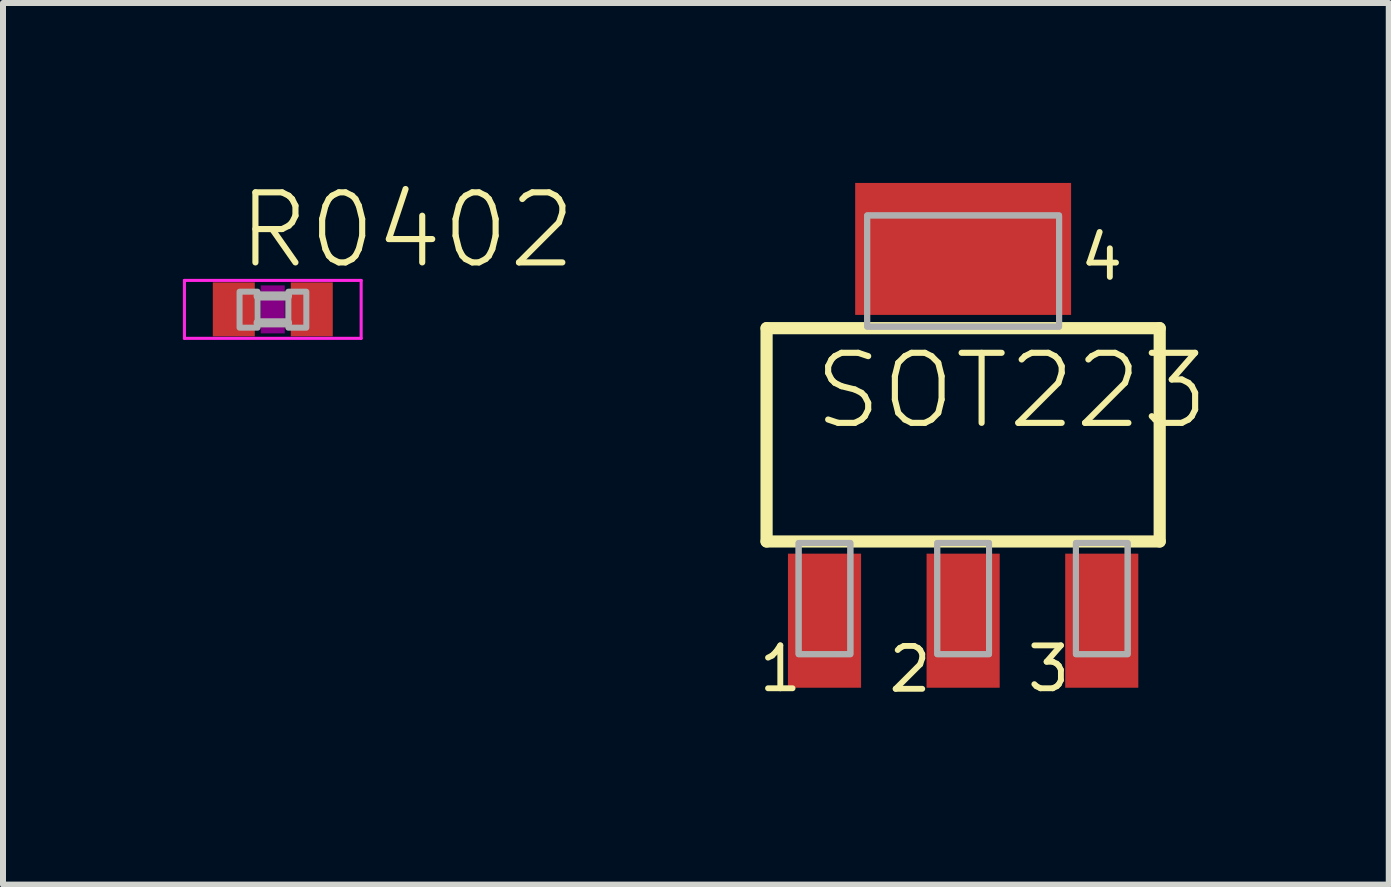
<source format=kicad_pcb>
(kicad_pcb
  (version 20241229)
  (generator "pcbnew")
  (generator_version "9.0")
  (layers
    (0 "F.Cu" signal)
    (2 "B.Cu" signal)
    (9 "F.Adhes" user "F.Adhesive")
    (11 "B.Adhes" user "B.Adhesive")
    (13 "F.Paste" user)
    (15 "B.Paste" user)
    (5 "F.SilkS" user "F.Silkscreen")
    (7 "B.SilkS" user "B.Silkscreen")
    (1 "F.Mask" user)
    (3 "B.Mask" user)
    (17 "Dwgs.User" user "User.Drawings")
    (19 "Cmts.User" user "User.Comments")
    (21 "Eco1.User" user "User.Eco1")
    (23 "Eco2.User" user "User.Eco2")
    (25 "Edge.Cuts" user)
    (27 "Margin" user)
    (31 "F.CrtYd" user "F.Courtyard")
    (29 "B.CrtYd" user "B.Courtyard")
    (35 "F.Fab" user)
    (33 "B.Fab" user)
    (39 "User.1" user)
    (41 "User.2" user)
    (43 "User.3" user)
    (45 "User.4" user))
  (footprint "R0402"
    (layer "F.Cu")
    (at 1.498 2.108)
    (property "Reference" "R0402" (at -0.635 -0.635 0) (layer "F.SilkS") (effects (font (size 1.168 1.168) (thickness 0.102)) (justify left bottom)))
    (fp_poly (pts (xy -0.2 0.4) (xy 0.2 0.4) (xy 0.2 -0.4) (xy -0.2 -0.4)) (stroke (width 0) (type default)) (fill yes) (layer "F.Adhes"))
    (fp_line (start -1.473 -0.483) (end 1.473 -0.483) (stroke (width 0.051) (type solid)) (layer "F.CrtYd"))
    (fp_line (start -1.473 0.483) (end -1.473 -0.483) (stroke (width 0.051) (type solid)) (layer "F.CrtYd"))
    (fp_line (start 1.473 -0.483) (end 1.473 0.483) (stroke (width 0.051) (type solid)) (layer "F.CrtYd"))
    (fp_line (start 1.473 0.483) (end -1.473 0.483) (stroke (width 0.051) (type solid)) (layer "F.CrtYd"))
    (fp_line (start -0.245 -0.224) (end 0.245 -0.224) (stroke (width 0.152) (type solid)) (layer "F.Fab"))
    (fp_line (start 0.245 0.224) (end -0.245 0.224) (stroke (width 0.152) (type solid)) (layer "F.Fab"))
    (fp_poly (pts (xy -0.554 0.305) (xy -0.254 0.305) (xy -0.254 -0.295) (xy -0.554 -0.295)) (stroke (width 0.1) (type default)) (fill no) (layer "F.Fab"))
    (fp_poly (pts (xy 0.259 0.305) (xy 0.559 0.305) (xy 0.559 -0.295) (xy 0.259 -0.295)) (stroke (width 0.1) (type default)) (fill no) (layer "F.Fab"))
    (pad "1" smd rect (at -0.65 0) (size 0.7 0.9) (layers "F.Cu" "F.Mask" "F.Paste"))
    (pad "2" smd rect (at 0.65 0) (size 0.7 0.9) (layers "F.Cu" "F.Mask" "F.Paste")))
  (footprint "SOT223"
    (layer "F.Cu")
    (at 13.007 4.199)
    (property "Reference" "SOT223" (at -2.54 -0.051 0) (layer "F.SilkS") (effects (font (size 1.168 1.168) (thickness 0.102)) (justify left bottom)))
    (fp_line (start -3.277 -1.778) (end 3.277 -1.778) (stroke (width 0.203) (type solid)) (layer "F.SilkS"))
    (fp_line (start -3.277 1.778) (end -3.277 -1.778) (stroke (width 0.203) (type solid)) (layer "F.SilkS"))
    (fp_line (start 3.277 -1.778) (end 3.277 1.778) (stroke (width 0.203) (type solid)) (layer "F.SilkS"))
    (fp_line (start 3.277 1.778) (end -3.277 1.778) (stroke (width 0.203) (type solid)) (layer "F.SilkS"))
    (fp_poly (pts (xy -2.743 3.658) (xy -1.88 3.658) (xy -1.88 1.803) (xy -2.743 1.803)) (stroke (width 0.1) (type default)) (fill no) (layer "F.Fab"))
    (fp_poly (pts (xy -2.743 3.658) (xy -1.88 3.658) (xy -1.88 1.803) (xy -2.743 1.803)) (stroke (width 0.1) (type default)) (fill no) (layer "F.Fab"))
    (fp_poly (pts (xy -1.6 -1.803) (xy 1.6 -1.803) (xy 1.6 -3.658) (xy -1.6 -3.658)) (stroke (width 0.1) (type default)) (fill no) (layer "F.Fab"))
    (fp_poly (pts (xy -1.6 -1.803) (xy 1.6 -1.803) (xy 1.6 -3.658) (xy -1.6 -3.658)) (stroke (width 0.1) (type default)) (fill no) (layer "F.Fab"))
    (fp_poly (pts (xy -0.432 3.658) (xy 0.432 3.658) (xy 0.432 1.803) (xy -0.432 1.803)) (stroke (width 0.1) (type default)) (fill no) (layer "F.Fab"))
    (fp_poly (pts (xy -0.432 3.658) (xy 0.432 3.658) (xy 0.432 1.803) (xy -0.432 1.803)) (stroke (width 0.1) (type default)) (fill no) (layer "F.Fab"))
    (fp_poly (pts (xy 1.88 3.658) (xy 2.743 3.658) (xy 2.743 1.803) (xy 1.88 1.803)) (stroke (width 0.1) (type default)) (fill no) (layer "F.Fab"))
    (fp_poly (pts (xy 1.88 3.658) (xy 2.743 3.658) (xy 2.743 1.803) (xy 1.88 1.803)) (stroke (width 0.1) (type default)) (fill no) (layer "F.Fab"))
    (fp_text user "2" (at -1.291 4.327 0) (layer "F.SilkS") (effects (font (size 0.715 0.715) (thickness 0.098)) (justify left bottom)))
    (fp_text user "1" (at -3.453 4.318 0) (layer "F.SilkS") (effects (font (size 0.715 0.715) (thickness 0.098)) (justify left bottom)))
    (fp_text user "3" (at 1.021 4.318 0) (layer "F.SilkS") (effects (font (size 0.715 0.715) (thickness 0.098)) (justify left bottom)))
    (fp_text user "4" (at 1.905 -2.54 0) (layer "F.SilkS") (effects (font (size 0.715 0.715) (thickness 0.098)) (justify left bottom)))
    (pad "1" smd rect (at -2.311 3.099) (size 1.219 2.235) (layers "F.Cu" "F.Mask" "F.Paste"))
    (pad "2" smd rect (at 0 3.099) (size 1.219 2.235) (layers "F.Cu" "F.Mask" "F.Paste"))
    (pad "3" smd rect (at 2.311 3.099) (size 1.219 2.235) (layers "F.Cu" "F.Mask" "F.Paste"))
    (pad "4" smd rect (at 0 -3.099) (size 3.6 2.2) (layers "F.Cu" "F.Mask" "F.Paste")))
  (gr_rect
    (start -3 -3)
    (end 20.103 11.698)
    (stroke (width 0.1) (type default))
    (fill no)
    (layer "Edge.Cuts")))
</source>
